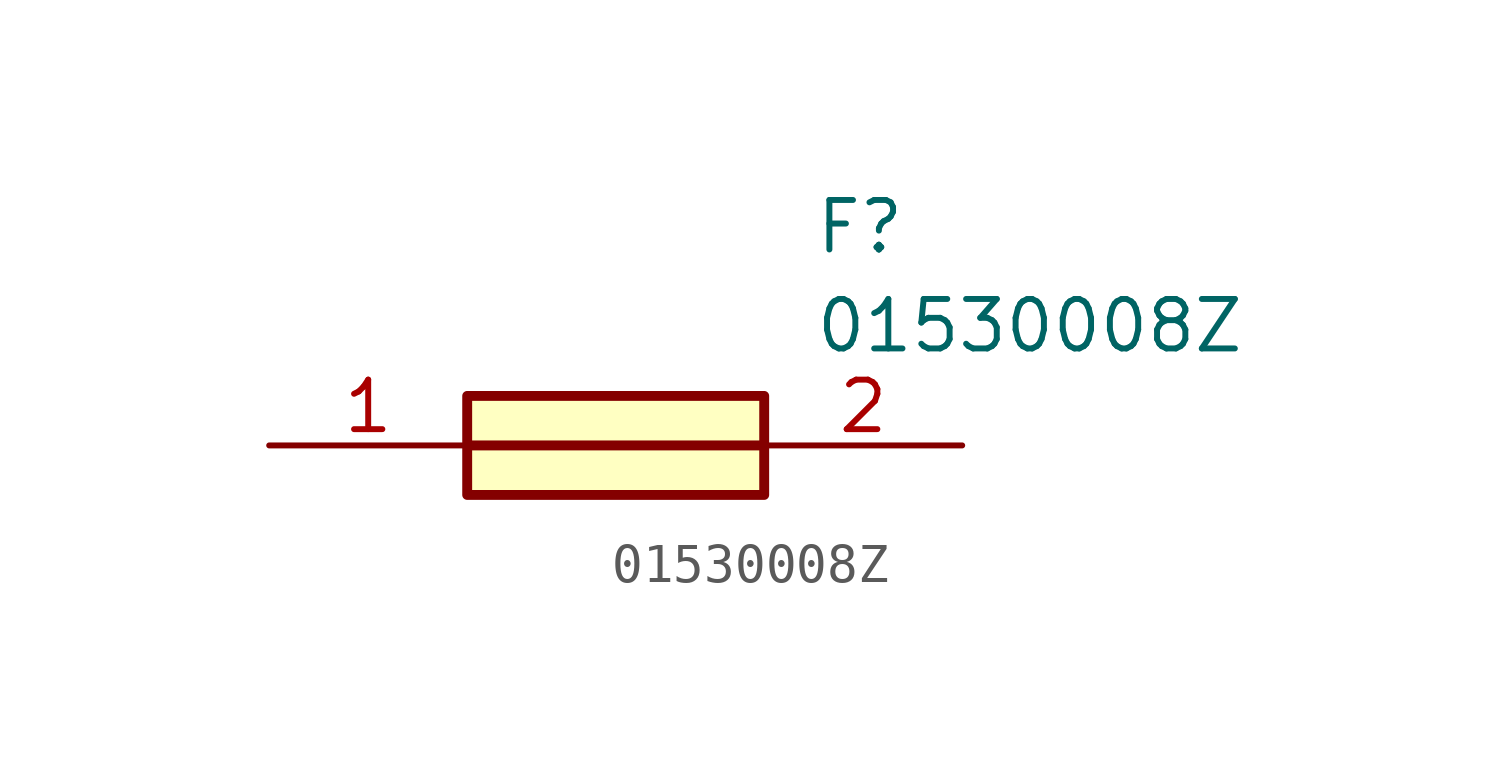
<source format=kicad_sym>
(kicad_symbol_lib
  (version 20231120)
  (generator "kicad_symbol_editor")
  (generator_version "8.0")
  (symbol "01530008Z"
    (pin_names hide)
    (property "Reference" "F"
      (at 13.97 6.35 0)
      (effects (font (size 1.27 1.27)) (justify left top)))
    (property "Value" "01530008Z"
      (at 13.97 3.81 0)
      (effects (font (size 1.27 1.27)) (justify left top)))
    (symbol "01530008Z_1_1"
      (polyline (pts (xy 5.08 0) (xy 12.7 0)) (stroke (width 0.254) (type default)) (fill (type none)))
      (rectangle (start 5.08 1.27) (end 12.7 -1.27) (stroke (width 0.254) (type default)) (fill (type background)))
      (pin passive line (at 0 0 0) (length 5.08) (name "1" (effects (font (size 1.27 1.27)))) (number "1" (effects (font (size 1.27 1.27)))))
      (pin passive line (at 17.78 0 180) (length 5.08) (name "2" (effects (font (size 1.27 1.27)))) (number "2" (effects (font (size 1.27 1.27))))))))
</source>
